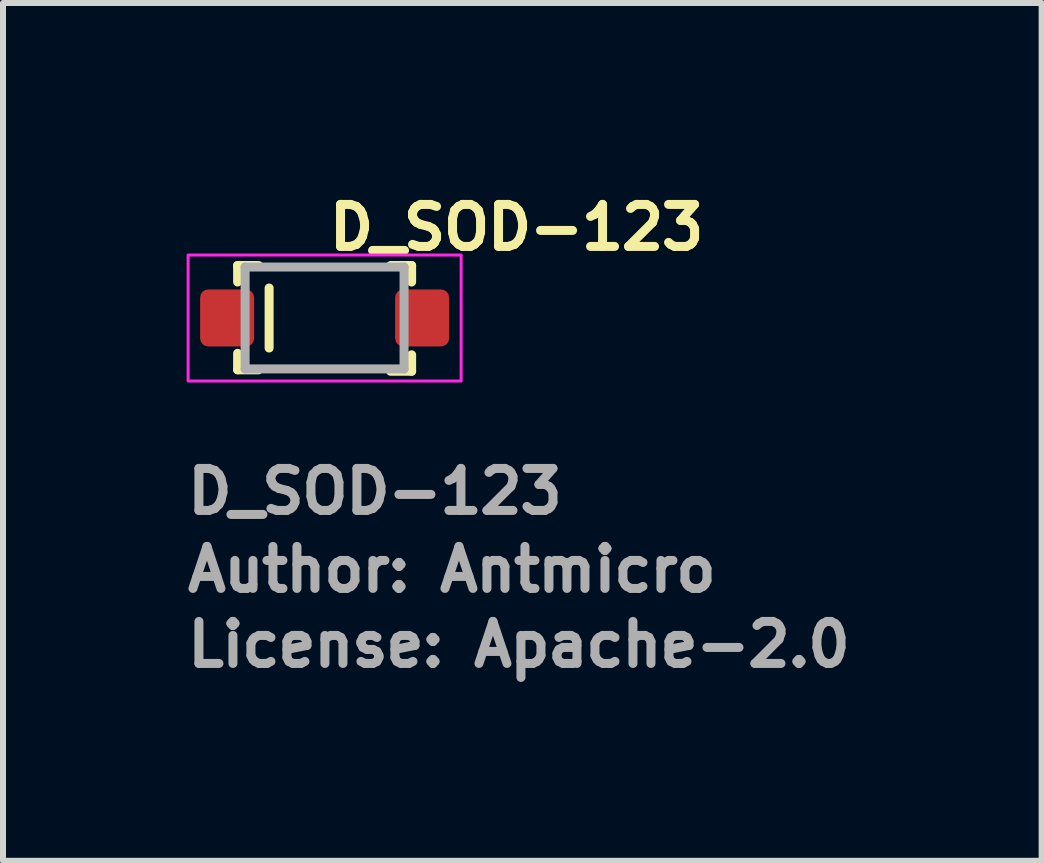
<source format=kicad_pcb>
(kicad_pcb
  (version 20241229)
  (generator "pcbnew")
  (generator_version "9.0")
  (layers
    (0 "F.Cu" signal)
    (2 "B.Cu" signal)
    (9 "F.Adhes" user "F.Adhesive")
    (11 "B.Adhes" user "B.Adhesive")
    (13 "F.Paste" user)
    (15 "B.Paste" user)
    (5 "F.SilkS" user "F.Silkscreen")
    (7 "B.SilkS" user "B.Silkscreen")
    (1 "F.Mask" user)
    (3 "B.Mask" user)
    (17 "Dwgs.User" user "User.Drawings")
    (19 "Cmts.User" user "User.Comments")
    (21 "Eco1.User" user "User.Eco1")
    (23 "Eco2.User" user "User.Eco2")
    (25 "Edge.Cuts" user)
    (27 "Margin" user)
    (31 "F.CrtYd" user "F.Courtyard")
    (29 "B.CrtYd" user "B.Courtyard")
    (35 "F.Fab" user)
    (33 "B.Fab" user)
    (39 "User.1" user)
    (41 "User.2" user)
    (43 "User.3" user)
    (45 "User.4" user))
  (footprint "D_SOD-123"
    (layer "F.Cu")
    (at 2.36 2.25)
    (property "Reference" "D_SOD-123" (at 0 -1.1 0) (layer "F.SilkS") (effects (font (size 0.7 0.7) (thickness 0.15)) (justify left bottom)))
    (attr smd)
    (fp_line (start -1.45 -0.6) (end -1.45 -0.875) (stroke (width 0.15) (type solid)) (layer "F.SilkS"))
    (fp_line (start -1.45 0.863) (end -1.45 0.588) (stroke (width 0.15) (type solid)) (layer "F.SilkS"))
    (fp_line (start -1.1 -0.875) (end -1.45 -0.875) (stroke (width 0.15) (type solid)) (layer "F.SilkS"))
    (fp_line (start -1.1 0.863) (end -1.45 0.863) (stroke (width 0.15) (type solid)) (layer "F.SilkS"))
    (fp_line (start -0.925 -0.5) (end -0.925 0.5) (stroke (width 0.15) (type solid)) (layer "F.SilkS"))
    (fp_line (start 1.1 -0.875) (end 1.45 -0.875) (stroke (width 0.15) (type solid)) (layer "F.SilkS"))
    (fp_line (start 1.1 0.887) (end 1.45 0.887) (stroke (width 0.15) (type solid)) (layer "F.SilkS"))
    (fp_line (start 1.45 -0.875) (end 1.45 -0.6) (stroke (width 0.15) (type solid)) (layer "F.SilkS"))
    (fp_line (start 1.45 0.613) (end 1.45 0.887) (stroke (width 0.15) (type solid)) (layer "F.SilkS"))
    (fp_rect (start -2.275 -1.05) (end 2.275 1.05) (stroke (width 0.05) (type solid)) (fill no) (layer "F.CrtYd"))
    (fp_line (start -1.325 -0.85) (end -1.325 0.848) (stroke (width 0.15) (type solid)) (layer "F.Fab"))
    (fp_line (start -1.325 -0.85) (end 1.324 -0.85) (stroke (width 0.15) (type solid)) (layer "F.Fab"))
    (fp_line (start -1.325 0.848) (end 1.324 0.848) (stroke (width 0.15) (type solid)) (layer "F.Fab"))
    (fp_line (start 1.324 -0.85) (end 1.324 0.848) (stroke (width 0.15) (type solid)) (layer "F.Fab"))
    (fp_rect (start -1.851 -0.802) (end 1.85 0.8) (stroke (width 0.1) (type solid)) (fill no) (layer "User.5"))
    (fp_line (start -1.851 -0.3) (end -1.851 0.298) (stroke (width 0.02) (type solid)) (layer "User.9"))
    (fp_line (start -1.851 -0.3) (end -1.551 -0.3) (stroke (width 0.02) (type solid)) (layer "User.9"))
    (fp_line (start -1.851 0.298) (end -1.551 0.298) (stroke (width 0.02) (type solid)) (layer "User.9"))
    (fp_line (start -1.551 -0.3) (end -1.551 0.298) (stroke (width 0.02) (type solid)) (layer "User.9"))
    (fp_line (start -1.551 -0.3) (end -1.375 -0.3) (stroke (width 0.02) (type solid)) (layer "User.9"))
    (fp_line (start -1.551 0.298) (end -1.375 0.298) (stroke (width 0.02) (type solid)) (layer "User.9"))
    (fp_line (start -1.375 -0.802) (end -1.337 -0.761) (stroke (width 0.02) (type solid)) (layer "User.9"))
    (fp_line (start -1.375 -0.802) (end 1.374 -0.802) (stroke (width 0.02) (type solid)) (layer "User.9"))
    (fp_line (start -1.375 0.8) (end -1.375 -0.802) (stroke (width 0.02) (type solid)) (layer "User.9"))
    (fp_line (start -1.337 -0.761) (end -1.337 0.759) (stroke (width 0.02) (type solid)) (layer "User.9"))
    (fp_line (start -1.337 0.759) (end -1.375 0.8) (stroke (width 0.02) (type solid)) (layer "User.9"))
    (fp_line (start -1.337 0.759) (end -0.537 0.759) (stroke (width 0.02) (type solid)) (layer "User.9"))
    (fp_line (start -0.537 -0.761) (end -1.337 -0.761) (stroke (width 0.02) (type solid)) (layer "User.9"))
    (fp_line (start -0.537 0.759) (end -0.537 -0.761) (stroke (width 0.02) (type solid)) (layer "User.9"))
    (fp_line (start -0.537 0.759) (end 1.334 0.759) (stroke (width 0.02) (type solid)) (layer "User.9"))
    (fp_line (start 1.334 -0.761) (end -0.537 -0.761) (stroke (width 0.02) (type solid)) (layer "User.9"))
    (fp_line (start 1.334 0.759) (end 1.334 -0.761) (stroke (width 0.02) (type solid)) (layer "User.9"))
    (fp_line (start 1.334 0.759) (end 1.374 0.8) (stroke (width 0.02) (type solid)) (layer "User.9"))
    (fp_line (start 1.374 -0.802) (end 1.334 -0.761) (stroke (width 0.02) (type solid)) (layer "User.9"))
    (fp_line (start 1.374 -0.802) (end 1.374 0.8) (stroke (width 0.02) (type solid)) (layer "User.9"))
    (fp_line (start 1.374 -0.3) (end 1.55 -0.3) (stroke (width 0.02) (type solid)) (layer "User.9"))
    (fp_line (start 1.374 0.298) (end 1.55 0.298) (stroke (width 0.02) (type solid)) (layer "User.9"))
    (fp_line (start 1.374 0.8) (end -1.375 0.8) (stroke (width 0.02) (type solid)) (layer "User.9"))
    (fp_line (start 1.55 -0.3) (end 1.55 0.298) (stroke (width 0.02) (type solid)) (layer "User.9"))
    (fp_line (start 1.55 -0.3) (end 1.85 -0.3) (stroke (width 0.02) (type solid)) (layer "User.9"))
    (fp_line (start 1.55 0.298) (end 1.85 0.298) (stroke (width 0.02) (type solid)) (layer "User.9"))
    (fp_line (start 1.85 -0.3) (end 1.85 0.298) (stroke (width 0.02) (type solid)) (layer "User.9"))
    (fp_text user "Author: Antmicro" (at -2.36 4.6 0) (layer "F.Fab") (effects (font (size 0.7 0.7) (thickness 0.15)) (justify left bottom)))
    (fp_text user "${REFERENCE}" (at -2.36 3.3 0) (layer "F.Fab") (effects (font (size 0.7 0.7) (thickness 0.15)) (justify left bottom)))
    (fp_text user "License: Apache-2.0" (at -2.36 5.85 0) (layer "F.Fab") (effects (font (size 0.7 0.7) (thickness 0.15)) (justify left bottom)))
    (pad "1" smd roundrect (at -1.625 -0.001) (size 0.9 0.95) (layers "F.Cu" "F.Mask" "F.Paste") (roundrect_rratio 0.15))
    (pad "2" smd roundrect (at 1.625 -0.001) (size 0.9 0.95) (layers "F.Cu" "F.Mask" "F.Paste") (roundrect_rratio 0.15)))
  (gr_rect
    (start -3 -3)
    (end 14.31 11.296)
    (stroke (width 0.1) (type default))
    (fill no)
    (layer "Edge.Cuts")))
</source>
